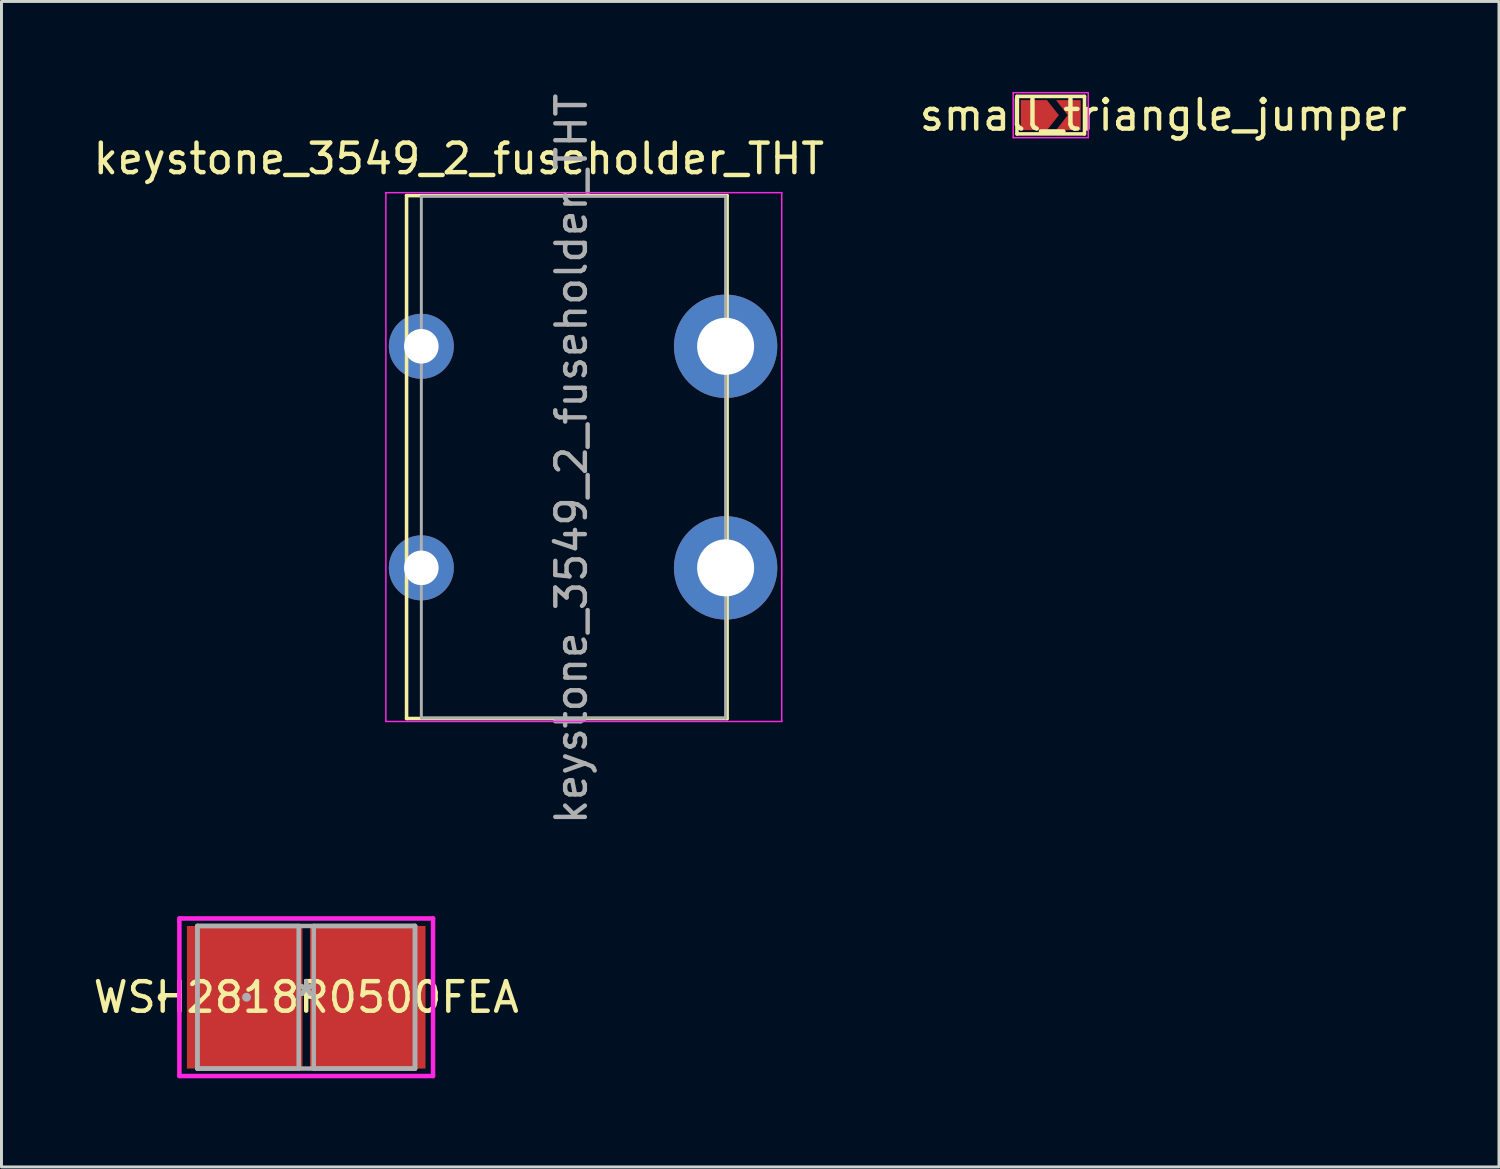
<source format=kicad_pcb>
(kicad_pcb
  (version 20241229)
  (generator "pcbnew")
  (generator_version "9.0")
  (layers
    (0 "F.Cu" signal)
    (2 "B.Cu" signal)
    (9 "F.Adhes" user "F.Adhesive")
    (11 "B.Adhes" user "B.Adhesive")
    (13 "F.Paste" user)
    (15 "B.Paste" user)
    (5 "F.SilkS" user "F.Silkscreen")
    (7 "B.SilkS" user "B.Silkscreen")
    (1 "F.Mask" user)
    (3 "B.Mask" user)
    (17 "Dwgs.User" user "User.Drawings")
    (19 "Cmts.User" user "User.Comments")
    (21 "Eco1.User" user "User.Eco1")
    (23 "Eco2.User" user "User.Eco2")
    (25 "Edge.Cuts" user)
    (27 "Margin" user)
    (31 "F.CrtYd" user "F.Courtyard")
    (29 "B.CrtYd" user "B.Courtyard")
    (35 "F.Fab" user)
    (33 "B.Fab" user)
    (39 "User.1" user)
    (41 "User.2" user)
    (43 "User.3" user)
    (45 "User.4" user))
  (footprint "keystone_3549_2_fuseholder_THT"
    (layer "F.Cu")
    (at 11.212 8.672)
    (property "Reference" "keystone_3549_2_fuseholder_THT" (at 1.27 -6.35 0) (layer "F.SilkS") (effects (font (size 1 1) (thickness 0.15))))
    (attr through_hole)
    (fp_line (start -0.5 -5.1) (end -0.5 12.6) (stroke (width 0.12) (type solid)) (layer "F.SilkS"))
    (fp_line (start -0.5 -5.1) (end 10.35 -5.1) (stroke (width 0.12) (type solid)) (layer "F.SilkS"))
    (fp_line (start -0.5 12.6) (end 10.35 12.6) (stroke (width 0.12) (type solid)) (layer "F.SilkS"))
    (fp_line (start 10.35 -5.1) (end 10.35 12.6) (stroke (width 0.12) (type solid)) (layer "F.SilkS"))
    (fp_line (start -1.2 -5.2) (end -1.2 12.7) (stroke (width 0.05) (type solid)) (layer "F.CrtYd"))
    (fp_line (start -1.2 12.7) (end 12.2 12.7) (stroke (width 0.05) (type solid)) (layer "F.CrtYd"))
    (fp_line (start 12.2 -5.2) (end -1.2 -5.2) (stroke (width 0.05) (type solid)) (layer "F.CrtYd"))
    (fp_line (start 12.2 12.7) (end 12.2 -5.2) (stroke (width 0.05) (type solid)) (layer "F.CrtYd"))
    (fp_line (start 0 -5.08) (end 0 12.58) (stroke (width 0.1) (type solid)) (layer "F.Fab"))
    (fp_line (start 0 -5.08) (end 10.3 -5.08) (stroke (width 0.1) (type solid)) (layer "F.Fab"))
    (fp_line (start 0 12.58) (end 10.3 12.58) (stroke (width 0.1) (type solid)) (layer "F.Fab"))
    (fp_line (start 10.3 12.58) (end 10.3 -5.08) (stroke (width 0.1) (type solid)) (layer "F.Fab"))
    (fp_text user "${REFERENCE}" (at 5.08 3.81 90) (layer "F.Fab") (effects (font (size 1 1) (thickness 0.15))))
    (pad "1" thru_hole circle (at 0 0) (size 2.2 2.2) (drill 1.17) (layers "*.Cu" "*.Mask"))
    (pad "2" thru_hole circle (at 10.3 0) (size 3.5 3.5) (drill 1.93) (layers "*.Cu" "*.Mask"))
    (pad "3" thru_hole circle (at 0 7.5) (size 2.2 2.2) (drill 1.17) (layers "*.Cu" "*.Mask"))
    (pad "4" thru_hole circle (at 10.3 7.5) (size 3.5 3.5) (drill 1.93) (layers "*.Cu" "*.Mask")))
  (footprint "WSH2818R0500FEA"
    (layer "F.Cu")
    (at 7.315 30.707)
    (property "Reference" "WSH2818R0500FEA" (at 0 0 0) (layer "F.SilkS") (effects (font (size 1 1) (thickness 0.15))))
    (attr through_hole)
    (fp_line (start -0.203 2.362) (end -0.203 -2.362) (stroke (width 0.152) (type solid)) (layer "F.Cu"))
    (fp_line (start 0.203 -2.362) (end 0.203 2.362) (stroke (width 0.152) (type solid)) (layer "F.Cu"))
    (fp_circle (center -4.877 0) (end -4.801 0) (stroke (width 0.152) (type solid)) (fill no) (layer "F.SilkS"))
    (fp_line (start -4.293 -2.667) (end 4.293 -2.667) (stroke (width 0.152) (type solid)) (layer "F.CrtYd"))
    (fp_line (start -4.293 2.667) (end -4.293 -2.667) (stroke (width 0.152) (type solid)) (layer "F.CrtYd"))
    (fp_line (start 4.293 -2.667) (end 4.293 2.667) (stroke (width 0.152) (type solid)) (layer "F.CrtYd"))
    (fp_line (start 4.293 2.667) (end -4.293 2.667) (stroke (width 0.152) (type solid)) (layer "F.CrtYd"))
    (fp_line (start -3.683 -2.413) (end -3.683 2.413) (stroke (width 0.152) (type solid)) (layer "F.Fab"))
    (fp_line (start -3.683 -2.413) (end -3.683 2.413) (stroke (width 0.152) (type solid)) (layer "F.Fab"))
    (fp_line (start -3.683 2.413) (end -0.254 2.413) (stroke (width 0.152) (type solid)) (layer "F.Fab"))
    (fp_line (start -3.683 2.413) (end 3.683 2.413) (stroke (width 0.152) (type solid)) (layer "F.Fab"))
    (fp_line (start -0.254 -2.413) (end -3.683 -2.413) (stroke (width 0.152) (type solid)) (layer "F.Fab"))
    (fp_line (start -0.254 2.413) (end -0.254 -2.413) (stroke (width 0.152) (type solid)) (layer "F.Fab"))
    (fp_line (start 0.254 -2.413) (end 0.254 2.413) (stroke (width 0.152) (type solid)) (layer "F.Fab"))
    (fp_line (start 0.254 2.413) (end 3.683 2.413) (stroke (width 0.152) (type solid)) (layer "F.Fab"))
    (fp_line (start 3.683 -2.413) (end -3.683 -2.413) (stroke (width 0.152) (type solid)) (layer "F.Fab"))
    (fp_line (start 3.683 -2.413) (end 0.254 -2.413) (stroke (width 0.152) (type solid)) (layer "F.Fab"))
    (fp_line (start 3.683 2.413) (end 3.683 -2.413) (stroke (width 0.152) (type solid)) (layer "F.Fab"))
    (fp_line (start 3.683 2.413) (end 3.683 -2.413) (stroke (width 0.152) (type solid)) (layer "F.Fab"))
    (fp_circle (center -2.019 0) (end -1.943 0) (stroke (width 0.152) (type solid)) (fill no) (layer "F.Fab"))
    (fp_text user "*" (at 0 0 0) (layer "F.SilkS") (effects (font (size 1 1) (thickness 0.15))))
    (fp_text user "Copyright 2016 Accelerated Designs. All rights reserved." (at 0 0 0) (layer "Cmts.User") (effects (font (size 0.127 0.127) (thickness 0.002))))
    (fp_text user "*" (at 0 0 0) (layer "F.Fab") (effects (font (size 1 1) (thickness 0.15))))
    (pad "1" smd rect (at -2.146 0) (size 3.785 4.826) (layers "F.Cu" "F.Mask" "F.Paste"))
    (pad "2" smd rect (at 2.146 0) (size 3.785 4.826) (layers "F.Cu" "F.Mask" "F.Paste")))
  (footprint "small_triangle_jumper"
    (layer "F.Cu")
    (at 32.517 0.848)
    (property "Reference" "small_triangle_jumper" (at 3.81 0 0) (layer "F.SilkS") (effects (font (size 1 1) (thickness 0.15))))
    (attr exclude_from_pos_files exclude_from_bom)
    (fp_line (start -1.143 -0.635) (end 1.143 -0.635) (stroke (width 0.12) (type solid)) (layer "F.SilkS"))
    (fp_line (start -1.143 0.635) (end -1.143 -0.635) (stroke (width 0.12) (type solid)) (layer "F.SilkS"))
    (fp_line (start 1.143 -0.635) (end 1.143 0.635) (stroke (width 0.12) (type solid)) (layer "F.SilkS"))
    (fp_line (start 1.143 0.635) (end -1.143 0.635) (stroke (width 0.12) (type solid)) (layer "F.SilkS"))
    (fp_line (start -1.27 -0.762) (end -1.27 0.762) (stroke (width 0.05) (type solid)) (layer "F.CrtYd"))
    (fp_line (start -1.27 -0.762) (end 1.27 -0.762) (stroke (width 0.05) (type solid)) (layer "F.CrtYd"))
    (fp_line (start 1.27 0.762) (end -1.27 0.762) (stroke (width 0.05) (type solid)) (layer "F.CrtYd"))
    (fp_line (start 1.27 0.762) (end 1.27 -0.762) (stroke (width 0.05) (type solid)) (layer "F.CrtYd"))
    (pad "1" smd custom (at -0.725 0) (size 0.3 0.3) (layers "F.Cu" "F.Mask") (options (anchor rect)) (primitives (gr_poly (pts (xy -0.291 -0.508) (xy 0.598 -0.508) (xy 1 0) (xy 0.598 0.508) (xy -0.291 0.508)) (width 0) (fill yes))))
    (pad "2" smd custom (at 0.725 0) (size 0.3 0.3) (layers "F.Cu" "F.Mask") (options (anchor rect)) (primitives (gr_poly (pts (xy -0.547 -0.508) (xy 0.291 -0.508) (xy 0.291 0.508) (xy -0.547 0.508) (xy -0.15 0)) (width 0) (fill yes)))))
  (gr_rect
    (start -3 -3)
    (end 47.69 36.451)
    (stroke (width 0.1) (type default))
    (fill no)
    (layer "Edge.Cuts")))
</source>
